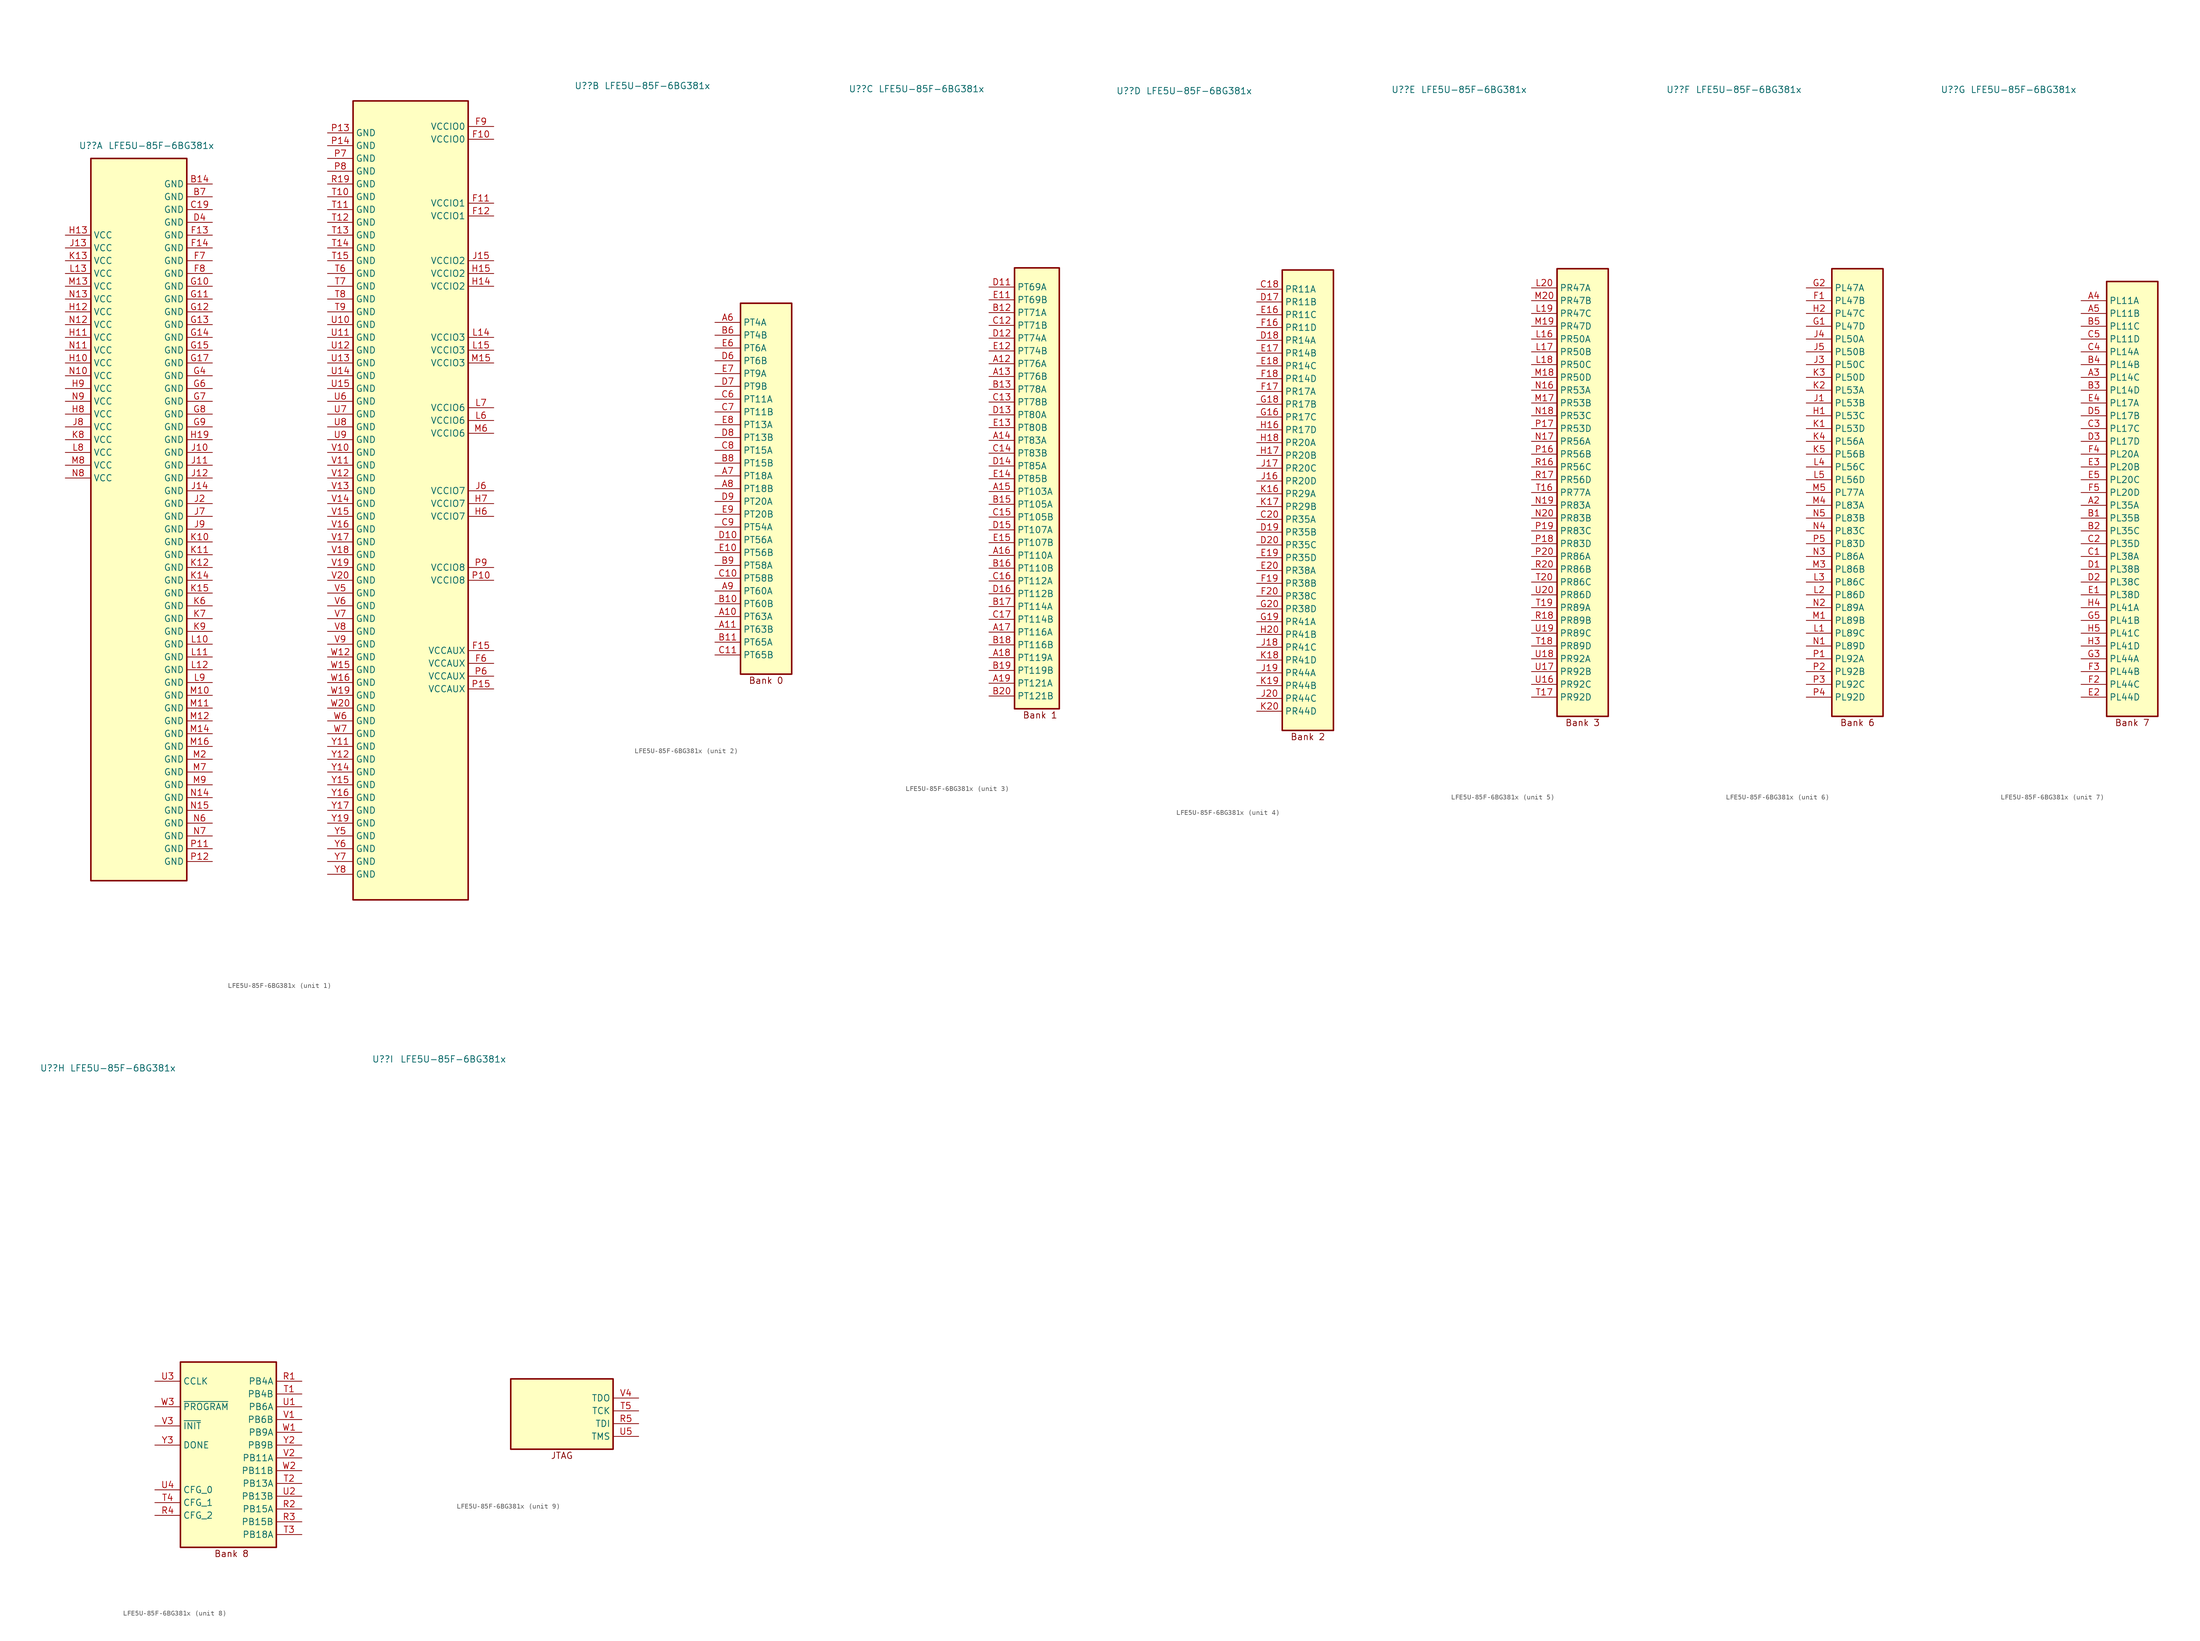
<source format=kicad_sym>
(kicad_symbol_lib
  (version 20231120)
  (generator "kicad_symbol_editor")
  (generator_version "8.0")
  (symbol "LFE5U-85F-6BG381x"
    (property "Reference" "U?"
      (at -35.56 77.47 0)
      (effects (font (size 1.27 1.27))))
    (property "Value" "LFE5U-85F-6BG381x"
      (at -21.59 77.47 0)
      (effects (font (size 1.27 1.27))))
    (property "ki_locked" ""
      (at 0 0 0)
      (effects (font (size 1.27 1.27))))
    (symbol "LFE5U-85F-6BG381x_1_1"
      (rectangle (start -35.56 74.93) (end -16.51 -68.58) (stroke (width 0.305) (type default)) (fill (type background)))
      (rectangle (start 16.51 86.36) (end 39.37 -72.39) (stroke (width 0.305) (type default)) (fill (type background)))
      (pin power_in line (at -11.43 69.85 180) (length 5.08) (name "GND" (effects (font (size 1.27 1.27)))) (number "B14" (effects (font (size 1.27 1.27)))))
      (pin power_in line (at -11.43 67.31 180) (length 5.08) (name "GND" (effects (font (size 1.27 1.27)))) (number "B7" (effects (font (size 1.27 1.27)))))
      (pin power_in line (at -11.43 64.77 180) (length 5.08) (name "GND" (effects (font (size 1.27 1.27)))) (number "C19" (effects (font (size 1.27 1.27)))))
      (pin power_in line (at -11.43 62.23 180) (length 5.08) (name "GND" (effects (font (size 1.27 1.27)))) (number "D4" (effects (font (size 1.27 1.27)))))
      (pin power_in line (at 44.45 78.74 180) (length 5.08) (name "VCCIO0" (effects (font (size 1.27 1.27)))) (number "F10" (effects (font (size 1.27 1.27)))))
      (pin power_in line (at 44.45 66.04 180) (length 5.08) (name "VCCIO1" (effects (font (size 1.27 1.27)))) (number "F11" (effects (font (size 1.27 1.27)))))
      (pin power_in line (at 44.45 63.5 180) (length 5.08) (name "VCCIO1" (effects (font (size 1.27 1.27)))) (number "F12" (effects (font (size 1.27 1.27)))))
      (pin power_in line (at -11.43 59.69 180) (length 5.08) (name "GND" (effects (font (size 1.27 1.27)))) (number "F13" (effects (font (size 1.27 1.27)))))
      (pin power_in line (at -11.43 57.15 180) (length 5.08) (name "GND" (effects (font (size 1.27 1.27)))) (number "F14" (effects (font (size 1.27 1.27)))))
      (pin power_in line (at 44.45 -22.86 180) (length 5.08) (name "VCCAUX" (effects (font (size 1.27 1.27)))) (number "F15" (effects (font (size 1.27 1.27)))))
      (pin power_in line (at 44.45 -25.4 180) (length 5.08) (name "VCCAUX" (effects (font (size 1.27 1.27)))) (number "F6" (effects (font (size 1.27 1.27)))))
      (pin power_in line (at -11.43 54.61 180) (length 5.08) (name "GND" (effects (font (size 1.27 1.27)))) (number "F7" (effects (font (size 1.27 1.27)))))
      (pin power_in line (at -11.43 52.07 180) (length 5.08) (name "GND" (effects (font (size 1.27 1.27)))) (number "F8" (effects (font (size 1.27 1.27)))))
      (pin power_in line (at 44.45 81.28 180) (length 5.08) (name "VCCIO0" (effects (font (size 1.27 1.27)))) (number "F9" (effects (font (size 1.27 1.27)))))
      (pin power_in line (at -11.43 49.53 180) (length 5.08) (name "GND" (effects (font (size 1.27 1.27)))) (number "G10" (effects (font (size 1.27 1.27)))))
      (pin power_in line (at -11.43 46.99 180) (length 5.08) (name "GND" (effects (font (size 1.27 1.27)))) (number "G11" (effects (font (size 1.27 1.27)))))
      (pin power_in line (at -11.43 44.45 180) (length 5.08) (name "GND" (effects (font (size 1.27 1.27)))) (number "G12" (effects (font (size 1.27 1.27)))))
      (pin power_in line (at -11.43 41.91 180) (length 5.08) (name "GND" (effects (font (size 1.27 1.27)))) (number "G13" (effects (font (size 1.27 1.27)))))
      (pin power_in line (at -11.43 39.37 180) (length 5.08) (name "GND" (effects (font (size 1.27 1.27)))) (number "G14" (effects (font (size 1.27 1.27)))))
      (pin power_in line (at -11.43 36.83 180) (length 5.08) (name "GND" (effects (font (size 1.27 1.27)))) (number "G15" (effects (font (size 1.27 1.27)))))
      (pin power_in line (at -11.43 34.29 180) (length 5.08) (name "GND" (effects (font (size 1.27 1.27)))) (number "G17" (effects (font (size 1.27 1.27)))))
      (pin power_in line (at -11.43 31.75 180) (length 5.08) (name "GND" (effects (font (size 1.27 1.27)))) (number "G4" (effects (font (size 1.27 1.27)))))
      (pin power_in line (at -11.43 29.21 180) (length 5.08) (name "GND" (effects (font (size 1.27 1.27)))) (number "G6" (effects (font (size 1.27 1.27)))))
      (pin power_in line (at -11.43 26.67 180) (length 5.08) (name "GND" (effects (font (size 1.27 1.27)))) (number "G7" (effects (font (size 1.27 1.27)))))
      (pin power_in line (at -11.43 24.13 180) (length 5.08) (name "GND" (effects (font (size 1.27 1.27)))) (number "G8" (effects (font (size 1.27 1.27)))))
      (pin power_in line (at -11.43 21.59 180) (length 5.08) (name "GND" (effects (font (size 1.27 1.27)))) (number "G9" (effects (font (size 1.27 1.27)))))
      (pin power_in line (at -40.64 34.29 0) (length 5.08) (name "VCC" (effects (font (size 1.27 1.27)))) (number "H10" (effects (font (size 1.27 1.27)))))
      (pin power_in line (at -40.64 39.37 0) (length 5.08) (name "VCC" (effects (font (size 1.27 1.27)))) (number "H11" (effects (font (size 1.27 1.27)))))
      (pin power_in line (at -40.64 44.45 0) (length 5.08) (name "VCC" (effects (font (size 1.27 1.27)))) (number "H12" (effects (font (size 1.27 1.27)))))
      (pin power_in line (at -40.64 59.69 0) (length 5.08) (name "VCC" (effects (font (size 1.27 1.27)))) (number "H13" (effects (font (size 1.27 1.27)))))
      (pin power_in line (at 44.45 49.53 180) (length 5.08) (name "VCCIO2" (effects (font (size 1.27 1.27)))) (number "H14" (effects (font (size 1.27 1.27)))))
      (pin power_in line (at 44.45 52.07 180) (length 5.08) (name "VCCIO2" (effects (font (size 1.27 1.27)))) (number "H15" (effects (font (size 1.27 1.27)))))
      (pin power_in line (at -11.43 19.05 180) (length 5.08) (name "GND" (effects (font (size 1.27 1.27)))) (number "H19" (effects (font (size 1.27 1.27)))))
      (pin power_in line (at 44.45 3.81 180) (length 5.08) (name "VCCIO7" (effects (font (size 1.27 1.27)))) (number "H6" (effects (font (size 1.27 1.27)))))
      (pin power_in line (at 44.45 6.35 180) (length 5.08) (name "VCCIO7" (effects (font (size 1.27 1.27)))) (number "H7" (effects (font (size 1.27 1.27)))))
      (pin power_in line (at -40.64 24.13 0) (length 5.08) (name "VCC" (effects (font (size 1.27 1.27)))) (number "H8" (effects (font (size 1.27 1.27)))))
      (pin power_in line (at -40.64 29.21 0) (length 5.08) (name "VCC" (effects (font (size 1.27 1.27)))) (number "H9" (effects (font (size 1.27 1.27)))))
      (pin power_in line (at -11.43 16.51 180) (length 5.08) (name "GND" (effects (font (size 1.27 1.27)))) (number "J10" (effects (font (size 1.27 1.27)))))
      (pin power_in line (at -11.43 13.97 180) (length 5.08) (name "GND" (effects (font (size 1.27 1.27)))) (number "J11" (effects (font (size 1.27 1.27)))))
      (pin power_in line (at -11.43 11.43 180) (length 5.08) (name "GND" (effects (font (size 1.27 1.27)))) (number "J12" (effects (font (size 1.27 1.27)))))
      (pin power_in line (at -40.64 57.15 0) (length 5.08) (name "VCC" (effects (font (size 1.27 1.27)))) (number "J13" (effects (font (size 1.27 1.27)))))
      (pin power_in line (at -11.43 8.89 180) (length 5.08) (name "GND" (effects (font (size 1.27 1.27)))) (number "J14" (effects (font (size 1.27 1.27)))))
      (pin power_in line (at 44.45 54.61 180) (length 5.08) (name "VCCIO2" (effects (font (size 1.27 1.27)))) (number "J15" (effects (font (size 1.27 1.27)))))
      (pin power_in line (at -11.43 6.35 180) (length 5.08) (name "GND" (effects (font (size 1.27 1.27)))) (number "J2" (effects (font (size 1.27 1.27)))))
      (pin power_in line (at 44.45 8.89 180) (length 5.08) (name "VCCIO7" (effects (font (size 1.27 1.27)))) (number "J6" (effects (font (size 1.27 1.27)))))
      (pin power_in line (at -11.43 3.81 180) (length 5.08) (name "GND" (effects (font (size 1.27 1.27)))) (number "J7" (effects (font (size 1.27 1.27)))))
      (pin power_in line (at -40.64 21.59 0) (length 5.08) (name "VCC" (effects (font (size 1.27 1.27)))) (number "J8" (effects (font (size 1.27 1.27)))))
      (pin power_in line (at -11.43 1.27 180) (length 5.08) (name "GND" (effects (font (size 1.27 1.27)))) (number "J9" (effects (font (size 1.27 1.27)))))
      (pin power_in line (at -11.43 -1.27 180) (length 5.08) (name "GND" (effects (font (size 1.27 1.27)))) (number "K10" (effects (font (size 1.27 1.27)))))
      (pin power_in line (at -11.43 -3.81 180) (length 5.08) (name "GND" (effects (font (size 1.27 1.27)))) (number "K11" (effects (font (size 1.27 1.27)))))
      (pin power_in line (at -11.43 -6.35 180) (length 5.08) (name "GND" (effects (font (size 1.27 1.27)))) (number "K12" (effects (font (size 1.27 1.27)))))
      (pin power_in line (at -40.64 54.61 0) (length 5.08) (name "VCC" (effects (font (size 1.27 1.27)))) (number "K13" (effects (font (size 1.27 1.27)))))
      (pin power_in line (at -11.43 -8.89 180) (length 5.08) (name "GND" (effects (font (size 1.27 1.27)))) (number "K14" (effects (font (size 1.27 1.27)))))
      (pin power_in line (at -11.43 -11.43 180) (length 5.08) (name "GND" (effects (font (size 1.27 1.27)))) (number "K15" (effects (font (size 1.27 1.27)))))
      (pin power_in line (at -11.43 -13.97 180) (length 5.08) (name "GND" (effects (font (size 1.27 1.27)))) (number "K6" (effects (font (size 1.27 1.27)))))
      (pin power_in line (at -11.43 -16.51 180) (length 5.08) (name "GND" (effects (font (size 1.27 1.27)))) (number "K7" (effects (font (size 1.27 1.27)))))
      (pin power_in line (at -40.64 19.05 0) (length 5.08) (name "VCC" (effects (font (size 1.27 1.27)))) (number "K8" (effects (font (size 1.27 1.27)))))
      (pin power_in line (at -11.43 -19.05 180) (length 5.08) (name "GND" (effects (font (size 1.27 1.27)))) (number "K9" (effects (font (size 1.27 1.27)))))
      (pin power_in line (at -11.43 -21.59 180) (length 5.08) (name "GND" (effects (font (size 1.27 1.27)))) (number "L10" (effects (font (size 1.27 1.27)))))
      (pin power_in line (at -11.43 -24.13 180) (length 5.08) (name "GND" (effects (font (size 1.27 1.27)))) (number "L11" (effects (font (size 1.27 1.27)))))
      (pin power_in line (at -11.43 -26.67 180) (length 5.08) (name "GND" (effects (font (size 1.27 1.27)))) (number "L12" (effects (font (size 1.27 1.27)))))
      (pin power_in line (at -40.64 52.07 0) (length 5.08) (name "VCC" (effects (font (size 1.27 1.27)))) (number "L13" (effects (font (size 1.27 1.27)))))
      (pin power_in line (at 44.45 39.37 180) (length 5.08) (name "VCCIO3" (effects (font (size 1.27 1.27)))) (number "L14" (effects (font (size 1.27 1.27)))))
      (pin power_in line (at 44.45 36.83 180) (length 5.08) (name "VCCIO3" (effects (font (size 1.27 1.27)))) (number "L15" (effects (font (size 1.27 1.27)))))
      (pin power_in line (at 44.45 22.86 180) (length 5.08) (name "VCCIO6" (effects (font (size 1.27 1.27)))) (number "L6" (effects (font (size 1.27 1.27)))))
      (pin power_in line (at 44.45 25.4 180) (length 5.08) (name "VCCIO6" (effects (font (size 1.27 1.27)))) (number "L7" (effects (font (size 1.27 1.27)))))
      (pin power_in line (at -40.64 16.51 0) (length 5.08) (name "VCC" (effects (font (size 1.27 1.27)))) (number "L8" (effects (font (size 1.27 1.27)))))
      (pin power_in line (at -11.43 -29.21 180) (length 5.08) (name "GND" (effects (font (size 1.27 1.27)))) (number "L9" (effects (font (size 1.27 1.27)))))
      (pin power_in line (at -11.43 -31.75 180) (length 5.08) (name "GND" (effects (font (size 1.27 1.27)))) (number "M10" (effects (font (size 1.27 1.27)))))
      (pin power_in line (at -11.43 -34.29 180) (length 5.08) (name "GND" (effects (font (size 1.27 1.27)))) (number "M11" (effects (font (size 1.27 1.27)))))
      (pin power_in line (at -11.43 -36.83 180) (length 5.08) (name "GND" (effects (font (size 1.27 1.27)))) (number "M12" (effects (font (size 1.27 1.27)))))
      (pin power_in line (at -40.64 49.53 0) (length 5.08) (name "VCC" (effects (font (size 1.27 1.27)))) (number "M13" (effects (font (size 1.27 1.27)))))
      (pin power_in line (at -11.43 -39.37 180) (length 5.08) (name "GND" (effects (font (size 1.27 1.27)))) (number "M14" (effects (font (size 1.27 1.27)))))
      (pin power_in line (at 44.45 34.29 180) (length 5.08) (name "VCCIO3" (effects (font (size 1.27 1.27)))) (number "M15" (effects (font (size 1.27 1.27)))))
      (pin power_in line (at -11.43 -41.91 180) (length 5.08) (name "GND" (effects (font (size 1.27 1.27)))) (number "M16" (effects (font (size 1.27 1.27)))))
      (pin power_in line (at -11.43 -44.45 180) (length 5.08) (name "GND" (effects (font (size 1.27 1.27)))) (number "M2" (effects (font (size 1.27 1.27)))))
      (pin power_in line (at 44.45 20.32 180) (length 5.08) (name "VCCIO6" (effects (font (size 1.27 1.27)))) (number "M6" (effects (font (size 1.27 1.27)))))
      (pin power_in line (at -11.43 -46.99 180) (length 5.08) (name "GND" (effects (font (size 1.27 1.27)))) (number "M7" (effects (font (size 1.27 1.27)))))
      (pin power_in line (at -40.64 13.97 0) (length 5.08) (name "VCC" (effects (font (size 1.27 1.27)))) (number "M8" (effects (font (size 1.27 1.27)))))
      (pin power_in line (at -11.43 -49.53 180) (length 5.08) (name "GND" (effects (font (size 1.27 1.27)))) (number "M9" (effects (font (size 1.27 1.27)))))
      (pin power_in line (at -40.64 31.75 0) (length 5.08) (name "VCC" (effects (font (size 1.27 1.27)))) (number "N10" (effects (font (size 1.27 1.27)))))
      (pin power_in line (at -40.64 36.83 0) (length 5.08) (name "VCC" (effects (font (size 1.27 1.27)))) (number "N11" (effects (font (size 1.27 1.27)))))
      (pin power_in line (at -40.64 41.91 0) (length 5.08) (name "VCC" (effects (font (size 1.27 1.27)))) (number "N12" (effects (font (size 1.27 1.27)))))
      (pin power_in line (at -40.64 46.99 0) (length 5.08) (name "VCC" (effects (font (size 1.27 1.27)))) (number "N13" (effects (font (size 1.27 1.27)))))
      (pin power_in line (at -11.43 -52.07 180) (length 5.08) (name "GND" (effects (font (size 1.27 1.27)))) (number "N14" (effects (font (size 1.27 1.27)))))
      (pin power_in line (at -11.43 -54.61 180) (length 5.08) (name "GND" (effects (font (size 1.27 1.27)))) (number "N15" (effects (font (size 1.27 1.27)))))
      (pin power_in line (at -11.43 -57.15 180) (length 5.08) (name "GND" (effects (font (size 1.27 1.27)))) (number "N6" (effects (font (size 1.27 1.27)))))
      (pin power_in line (at -11.43 -59.69 180) (length 5.08) (name "GND" (effects (font (size 1.27 1.27)))) (number "N7" (effects (font (size 1.27 1.27)))))
      (pin power_in line (at -40.64 11.43 0) (length 5.08) (name "VCC" (effects (font (size 1.27 1.27)))) (number "N8" (effects (font (size 1.27 1.27)))))
      (pin power_in line (at -40.64 26.67 0) (length 5.08) (name "VCC" (effects (font (size 1.27 1.27)))) (number "N9" (effects (font (size 1.27 1.27)))))
      (pin power_in line (at 44.45 -8.89 180) (length 5.08) (name "VCCIO8" (effects (font (size 1.27 1.27)))) (number "P10" (effects (font (size 1.27 1.27)))))
      (pin power_in line (at -11.43 -62.23 180) (length 5.08) (name "GND" (effects (font (size 1.27 1.27)))) (number "P11" (effects (font (size 1.27 1.27)))))
      (pin power_in line (at -11.43 -64.77 180) (length 5.08) (name "GND" (effects (font (size 1.27 1.27)))) (number "P12" (effects (font (size 1.27 1.27)))))
      (pin power_in line (at 11.43 80.01 0) (length 5.08) (name "GND" (effects (font (size 1.27 1.27)))) (number "P13" (effects (font (size 1.27 1.27)))))
      (pin power_in line (at 11.43 77.47 0) (length 5.08) (name "GND" (effects (font (size 1.27 1.27)))) (number "P14" (effects (font (size 1.27 1.27)))))
      (pin power_in line (at 44.45 -30.48 180) (length 5.08) (name "VCCAUX" (effects (font (size 1.27 1.27)))) (number "P15" (effects (font (size 1.27 1.27)))))
      (pin power_in line (at 44.45 -27.94 180) (length 5.08) (name "VCCAUX" (effects (font (size 1.27 1.27)))) (number "P6" (effects (font (size 1.27 1.27)))))
      (pin power_in line (at 11.43 74.93 0) (length 5.08) (name "GND" (effects (font (size 1.27 1.27)))) (number "P7" (effects (font (size 1.27 1.27)))))
      (pin power_in line (at 11.43 72.39 0) (length 5.08) (name "GND" (effects (font (size 1.27 1.27)))) (number "P8" (effects (font (size 1.27 1.27)))))
      (pin power_in line (at 44.45 -6.35 180) (length 5.08) (name "VCCIO8" (effects (font (size 1.27 1.27)))) (number "P9" (effects (font (size 1.27 1.27)))))
      (pin power_in line (at 11.43 69.85 0) (length 5.08) (name "GND" (effects (font (size 1.27 1.27)))) (number "R19" (effects (font (size 1.27 1.27)))))
      (pin power_in line (at 11.43 67.31 0) (length 5.08) (name "GND" (effects (font (size 1.27 1.27)))) (number "T10" (effects (font (size 1.27 1.27)))))
      (pin power_in line (at 11.43 64.77 0) (length 5.08) (name "GND" (effects (font (size 1.27 1.27)))) (number "T11" (effects (font (size 1.27 1.27)))))
      (pin power_in line (at 11.43 62.23 0) (length 5.08) (name "GND" (effects (font (size 1.27 1.27)))) (number "T12" (effects (font (size 1.27 1.27)))))
      (pin power_in line (at 11.43 59.69 0) (length 5.08) (name "GND" (effects (font (size 1.27 1.27)))) (number "T13" (effects (font (size 1.27 1.27)))))
      (pin power_in line (at 11.43 57.15 0) (length 5.08) (name "GND" (effects (font (size 1.27 1.27)))) (number "T14" (effects (font (size 1.27 1.27)))))
      (pin power_in line (at 11.43 54.61 0) (length 5.08) (name "GND" (effects (font (size 1.27 1.27)))) (number "T15" (effects (font (size 1.27 1.27)))))
      (pin power_in line (at 11.43 52.07 0) (length 5.08) (name "GND" (effects (font (size 1.27 1.27)))) (number "T6" (effects (font (size 1.27 1.27)))))
      (pin power_in line (at 11.43 49.53 0) (length 5.08) (name "GND" (effects (font (size 1.27 1.27)))) (number "T7" (effects (font (size 1.27 1.27)))))
      (pin power_in line (at 11.43 46.99 0) (length 5.08) (name "GND" (effects (font (size 1.27 1.27)))) (number "T8" (effects (font (size 1.27 1.27)))))
      (pin power_in line (at 11.43 44.45 0) (length 5.08) (name "GND" (effects (font (size 1.27 1.27)))) (number "T9" (effects (font (size 1.27 1.27)))))
      (pin power_in line (at 11.43 41.91 0) (length 5.08) (name "GND" (effects (font (size 1.27 1.27)))) (number "U10" (effects (font (size 1.27 1.27)))))
      (pin power_in line (at 11.43 39.37 0) (length 5.08) (name "GND" (effects (font (size 1.27 1.27)))) (number "U11" (effects (font (size 1.27 1.27)))))
      (pin power_in line (at 11.43 36.83 0) (length 5.08) (name "GND" (effects (font (size 1.27 1.27)))) (number "U12" (effects (font (size 1.27 1.27)))))
      (pin power_in line (at 11.43 34.29 0) (length 5.08) (name "GND" (effects (font (size 1.27 1.27)))) (number "U13" (effects (font (size 1.27 1.27)))))
      (pin power_in line (at 11.43 31.75 0) (length 5.08) (name "GND" (effects (font (size 1.27 1.27)))) (number "U14" (effects (font (size 1.27 1.27)))))
      (pin power_in line (at 11.43 29.21 0) (length 5.08) (name "GND" (effects (font (size 1.27 1.27)))) (number "U15" (effects (font (size 1.27 1.27)))))
      (pin power_in line (at 11.43 26.67 0) (length 5.08) (name "GND" (effects (font (size 1.27 1.27)))) (number "U6" (effects (font (size 1.27 1.27)))))
      (pin power_in line (at 11.43 24.13 0) (length 5.08) (name "GND" (effects (font (size 1.27 1.27)))) (number "U7" (effects (font (size 1.27 1.27)))))
      (pin power_in line (at 11.43 21.59 0) (length 5.08) (name "GND" (effects (font (size 1.27 1.27)))) (number "U8" (effects (font (size 1.27 1.27)))))
      (pin power_in line (at 11.43 19.05 0) (length 5.08) (name "GND" (effects (font (size 1.27 1.27)))) (number "U9" (effects (font (size 1.27 1.27)))))
      (pin power_in line (at 11.43 16.51 0) (length 5.08) (name "GND" (effects (font (size 1.27 1.27)))) (number "V10" (effects (font (size 1.27 1.27)))))
      (pin power_in line (at 11.43 13.97 0) (length 5.08) (name "GND" (effects (font (size 1.27 1.27)))) (number "V11" (effects (font (size 1.27 1.27)))))
      (pin power_in line (at 11.43 11.43 0) (length 5.08) (name "GND" (effects (font (size 1.27 1.27)))) (number "V12" (effects (font (size 1.27 1.27)))))
      (pin power_in line (at 11.43 8.89 0) (length 5.08) (name "GND" (effects (font (size 1.27 1.27)))) (number "V13" (effects (font (size 1.27 1.27)))))
      (pin power_in line (at 11.43 6.35 0) (length 5.08) (name "GND" (effects (font (size 1.27 1.27)))) (number "V14" (effects (font (size 1.27 1.27)))))
      (pin power_in line (at 11.43 3.81 0) (length 5.08) (name "GND" (effects (font (size 1.27 1.27)))) (number "V15" (effects (font (size 1.27 1.27)))))
      (pin power_in line (at 11.43 1.27 0) (length 5.08) (name "GND" (effects (font (size 1.27 1.27)))) (number "V16" (effects (font (size 1.27 1.27)))))
      (pin power_in line (at 11.43 -1.27 0) (length 5.08) (name "GND" (effects (font (size 1.27 1.27)))) (number "V17" (effects (font (size 1.27 1.27)))))
      (pin power_in line (at 11.43 -3.81 0) (length 5.08) (name "GND" (effects (font (size 1.27 1.27)))) (number "V18" (effects (font (size 1.27 1.27)))))
      (pin power_in line (at 11.43 -6.35 0) (length 5.08) (name "GND" (effects (font (size 1.27 1.27)))) (number "V19" (effects (font (size 1.27 1.27)))))
      (pin power_in line (at 11.43 -8.89 0) (length 5.08) (name "GND" (effects (font (size 1.27 1.27)))) (number "V20" (effects (font (size 1.27 1.27)))))
      (pin power_in line (at 11.43 -11.43 0) (length 5.08) (name "GND" (effects (font (size 1.27 1.27)))) (number "V5" (effects (font (size 1.27 1.27)))))
      (pin power_in line (at 11.43 -13.97 0) (length 5.08) (name "GND" (effects (font (size 1.27 1.27)))) (number "V6" (effects (font (size 1.27 1.27)))))
      (pin power_in line (at 11.43 -16.51 0) (length 5.08) (name "GND" (effects (font (size 1.27 1.27)))) (number "V7" (effects (font (size 1.27 1.27)))))
      (pin power_in line (at 11.43 -19.05 0) (length 5.08) (name "GND" (effects (font (size 1.27 1.27)))) (number "V8" (effects (font (size 1.27 1.27)))))
      (pin power_in line (at 11.43 -21.59 0) (length 5.08) (name "GND" (effects (font (size 1.27 1.27)))) (number "V9" (effects (font (size 1.27 1.27)))))
      (pin power_in line (at 11.43 -24.13 0) (length 5.08) (name "GND" (effects (font (size 1.27 1.27)))) (number "W12" (effects (font (size 1.27 1.27)))))
      (pin power_in line (at 11.43 -26.67 0) (length 5.08) (name "GND" (effects (font (size 1.27 1.27)))) (number "W15" (effects (font (size 1.27 1.27)))))
      (pin power_in line (at 11.43 -29.21 0) (length 5.08) (name "GND" (effects (font (size 1.27 1.27)))) (number "W16" (effects (font (size 1.27 1.27)))))
      (pin power_in line (at 11.43 -31.75 0) (length 5.08) (name "GND" (effects (font (size 1.27 1.27)))) (number "W19" (effects (font (size 1.27 1.27)))))
      (pin power_in line (at 11.43 -34.29 0) (length 5.08) (name "GND" (effects (font (size 1.27 1.27)))) (number "W20" (effects (font (size 1.27 1.27)))))
      (pin power_in line (at 11.43 -36.83 0) (length 5.08) (name "GND" (effects (font (size 1.27 1.27)))) (number "W6" (effects (font (size 1.27 1.27)))))
      (pin power_in line (at 11.43 -39.37 0) (length 5.08) (name "GND" (effects (font (size 1.27 1.27)))) (number "W7" (effects (font (size 1.27 1.27)))))
      (pin power_in line (at 11.43 -41.91 0) (length 5.08) (name "GND" (effects (font (size 1.27 1.27)))) (number "Y11" (effects (font (size 1.27 1.27)))))
      (pin power_in line (at 11.43 -44.45 0) (length 5.08) (name "GND" (effects (font (size 1.27 1.27)))) (number "Y12" (effects (font (size 1.27 1.27)))))
      (pin power_in line (at 11.43 -46.99 0) (length 5.08) (name "GND" (effects (font (size 1.27 1.27)))) (number "Y14" (effects (font (size 1.27 1.27)))))
      (pin power_in line (at 11.43 -49.53 0) (length 5.08) (name "GND" (effects (font (size 1.27 1.27)))) (number "Y15" (effects (font (size 1.27 1.27)))))
      (pin power_in line (at 11.43 -52.07 0) (length 5.08) (name "GND" (effects (font (size 1.27 1.27)))) (number "Y16" (effects (font (size 1.27 1.27)))))
      (pin power_in line (at 11.43 -54.61 0) (length 5.08) (name "GND" (effects (font (size 1.27 1.27)))) (number "Y17" (effects (font (size 1.27 1.27)))))
      (pin power_in line (at 11.43 -57.15 0) (length 5.08) (name "GND" (effects (font (size 1.27 1.27)))) (number "Y19" (effects (font (size 1.27 1.27)))))
      (pin power_in line (at 11.43 -59.69 0) (length 5.08) (name "GND" (effects (font (size 1.27 1.27)))) (number "Y5" (effects (font (size 1.27 1.27)))))
      (pin power_in line (at 11.43 -62.23 0) (length 5.08) (name "GND" (effects (font (size 1.27 1.27)))) (number "Y6" (effects (font (size 1.27 1.27)))))
      (pin power_in line (at 11.43 -64.77 0) (length 5.08) (name "GND" (effects (font (size 1.27 1.27)))) (number "Y7" (effects (font (size 1.27 1.27)))))
      (pin power_in line (at 11.43 -67.31 0) (length 5.08) (name "GND" (effects (font (size 1.27 1.27)))) (number "Y8" (effects (font (size 1.27 1.27))))))
    (symbol "LFE5U-85F-6BG381x_2_1"
      (rectangle (start -5.08 34.29) (end 5.08 -39.37) (stroke (width 0.305) (type default)) (fill (type background)))
      (text "Bank 0" (at 0 -40.64 0) (effects (font (size 1.27 1.27))))
      (pin bidirectional line (at -10.16 -27.94 0) (length 5.08) (name "PT63A" (effects (font (size 1.27 1.27)))) (number "A10" (effects (font (size 1.27 1.27)))))
      (pin bidirectional line (at -10.16 -30.48 0) (length 5.08) (name "PT63B" (effects (font (size 1.27 1.27)))) (number "A11" (effects (font (size 1.27 1.27)))))
      (pin bidirectional line (at -10.16 30.48 0) (length 5.08) (name "PT4A" (effects (font (size 1.27 1.27)))) (number "A6" (effects (font (size 1.27 1.27)))))
      (pin bidirectional line (at -10.16 0 0) (length 5.08) (name "PT18A" (effects (font (size 1.27 1.27)))) (number "A7" (effects (font (size 1.27 1.27)))))
      (pin bidirectional line (at -10.16 -2.54 0) (length 5.08) (name "PT18B" (effects (font (size 1.27 1.27)))) (number "A8" (effects (font (size 1.27 1.27)))))
      (pin bidirectional line (at -10.16 -22.86 0) (length 5.08) (name "PT60A" (effects (font (size 1.27 1.27)))) (number "A9" (effects (font (size 1.27 1.27)))))
      (pin bidirectional line (at -10.16 -25.4 0) (length 5.08) (name "PT60B" (effects (font (size 1.27 1.27)))) (number "B10" (effects (font (size 1.27 1.27)))))
      (pin bidirectional line (at -10.16 -33.02 0) (length 5.08) (name "PT65A" (effects (font (size 1.27 1.27)))) (number "B11" (effects (font (size 1.27 1.27)))))
      (pin bidirectional line (at -10.16 27.94 0) (length 5.08) (name "PT4B" (effects (font (size 1.27 1.27)))) (number "B6" (effects (font (size 1.27 1.27)))))
      (pin bidirectional line (at -10.16 2.54 0) (length 5.08) (name "PT15B" (effects (font (size 1.27 1.27)))) (number "B8" (effects (font (size 1.27 1.27)))))
      (pin bidirectional line (at -10.16 -17.78 0) (length 5.08) (name "PT58A" (effects (font (size 1.27 1.27)))) (number "B9" (effects (font (size 1.27 1.27)))))
      (pin bidirectional line (at -10.16 -20.32 0) (length 5.08) (name "PT58B" (effects (font (size 1.27 1.27)))) (number "C10" (effects (font (size 1.27 1.27)))))
      (pin bidirectional line (at -10.16 -35.56 0) (length 5.08) (name "PT65B" (effects (font (size 1.27 1.27)))) (number "C11" (effects (font (size 1.27 1.27)))))
      (pin bidirectional line (at -10.16 15.24 0) (length 5.08) (name "PT11A" (effects (font (size 1.27 1.27)))) (number "C6" (effects (font (size 1.27 1.27)))))
      (pin bidirectional line (at -10.16 12.7 0) (length 5.08) (name "PT11B" (effects (font (size 1.27 1.27)))) (number "C7" (effects (font (size 1.27 1.27)))))
      (pin bidirectional line (at -10.16 5.08 0) (length 5.08) (name "PT15A" (effects (font (size 1.27 1.27)))) (number "C8" (effects (font (size 1.27 1.27)))))
      (pin bidirectional line (at -10.16 -10.16 0) (length 5.08) (name "PT54A" (effects (font (size 1.27 1.27)))) (number "C9" (effects (font (size 1.27 1.27)))))
      (pin bidirectional line (at -10.16 -12.7 0) (length 5.08) (name "PT56A" (effects (font (size 1.27 1.27)))) (number "D10" (effects (font (size 1.27 1.27)))))
      (pin bidirectional line (at -10.16 22.86 0) (length 5.08) (name "PT6B" (effects (font (size 1.27 1.27)))) (number "D6" (effects (font (size 1.27 1.27)))))
      (pin bidirectional line (at -10.16 17.78 0) (length 5.08) (name "PT9B" (effects (font (size 1.27 1.27)))) (number "D7" (effects (font (size 1.27 1.27)))))
      (pin bidirectional line (at -10.16 7.62 0) (length 5.08) (name "PT13B" (effects (font (size 1.27 1.27)))) (number "D8" (effects (font (size 1.27 1.27)))))
      (pin bidirectional line (at -10.16 -5.08 0) (length 5.08) (name "PT20A" (effects (font (size 1.27 1.27)))) (number "D9" (effects (font (size 1.27 1.27)))))
      (pin bidirectional line (at -10.16 -15.24 0) (length 5.08) (name "PT56B" (effects (font (size 1.27 1.27)))) (number "E10" (effects (font (size 1.27 1.27)))))
      (pin bidirectional line (at -10.16 25.4 0) (length 5.08) (name "PT6A" (effects (font (size 1.27 1.27)))) (number "E6" (effects (font (size 1.27 1.27)))))
      (pin bidirectional line (at -10.16 20.32 0) (length 5.08) (name "PT9A" (effects (font (size 1.27 1.27)))) (number "E7" (effects (font (size 1.27 1.27)))))
      (pin bidirectional line (at -10.16 10.16 0) (length 5.08) (name "PT13A" (effects (font (size 1.27 1.27)))) (number "E8" (effects (font (size 1.27 1.27)))))
      (pin bidirectional line (at -10.16 -7.62 0) (length 5.08) (name "PT20B" (effects (font (size 1.27 1.27)))) (number "E9" (effects (font (size 1.27 1.27))))))
    (symbol "LFE5U-85F-6BG381x_3_1"
      (rectangle (start -5.08 41.91) (end 3.81 -45.72) (stroke (width 0.305) (type default)) (fill (type background)))
      (text "Bank 1" (at 0 -46.99 0) (effects (font (size 1.27 1.27))))
      (pin bidirectional line (at -10.16 22.86 0) (length 5.08) (name "PT76A" (effects (font (size 1.27 1.27)))) (number "A12" (effects (font (size 1.27 1.27)))))
      (pin bidirectional line (at -10.16 20.32 0) (length 5.08) (name "PT76B" (effects (font (size 1.27 1.27)))) (number "A13" (effects (font (size 1.27 1.27)))))
      (pin bidirectional line (at -10.16 7.62 0) (length 5.08) (name "PT83A" (effects (font (size 1.27 1.27)))) (number "A14" (effects (font (size 1.27 1.27)))))
      (pin bidirectional line (at -10.16 -2.54 0) (length 5.08) (name "PT103A" (effects (font (size 1.27 1.27)))) (number "A15" (effects (font (size 1.27 1.27)))))
      (pin bidirectional line (at -10.16 -15.24 0) (length 5.08) (name "PT110A" (effects (font (size 1.27 1.27)))) (number "A16" (effects (font (size 1.27 1.27)))))
      (pin bidirectional line (at -10.16 -30.48 0) (length 5.08) (name "PT116A" (effects (font (size 1.27 1.27)))) (number "A17" (effects (font (size 1.27 1.27)))))
      (pin bidirectional line (at -10.16 -35.56 0) (length 5.08) (name "PT119A" (effects (font (size 1.27 1.27)))) (number "A18" (effects (font (size 1.27 1.27)))))
      (pin bidirectional line (at -10.16 -40.64 0) (length 5.08) (name "PT121A" (effects (font (size 1.27 1.27)))) (number "A19" (effects (font (size 1.27 1.27)))))
      (pin bidirectional line (at -10.16 33.02 0) (length 5.08) (name "PT71A" (effects (font (size 1.27 1.27)))) (number "B12" (effects (font (size 1.27 1.27)))))
      (pin bidirectional line (at -10.16 17.78 0) (length 5.08) (name "PT78A" (effects (font (size 1.27 1.27)))) (number "B13" (effects (font (size 1.27 1.27)))))
      (pin bidirectional line (at -10.16 -5.08 0) (length 5.08) (name "PT105A" (effects (font (size 1.27 1.27)))) (number "B15" (effects (font (size 1.27 1.27)))))
      (pin bidirectional line (at -10.16 -17.78 0) (length 5.08) (name "PT110B" (effects (font (size 1.27 1.27)))) (number "B16" (effects (font (size 1.27 1.27)))))
      (pin bidirectional line (at -10.16 -25.4 0) (length 5.08) (name "PT114A" (effects (font (size 1.27 1.27)))) (number "B17" (effects (font (size 1.27 1.27)))))
      (pin bidirectional line (at -10.16 -33.02 0) (length 5.08) (name "PT116B" (effects (font (size 1.27 1.27)))) (number "B18" (effects (font (size 1.27 1.27)))))
      (pin bidirectional line (at -10.16 -38.1 0) (length 5.08) (name "PT119B" (effects (font (size 1.27 1.27)))) (number "B19" (effects (font (size 1.27 1.27)))))
      (pin bidirectional line (at -10.16 -43.18 0) (length 5.08) (name "PT121B" (effects (font (size 1.27 1.27)))) (number "B20" (effects (font (size 1.27 1.27)))))
      (pin bidirectional line (at -10.16 30.48 0) (length 5.08) (name "PT71B" (effects (font (size 1.27 1.27)))) (number "C12" (effects (font (size 1.27 1.27)))))
      (pin bidirectional line (at -10.16 15.24 0) (length 5.08) (name "PT78B" (effects (font (size 1.27 1.27)))) (number "C13" (effects (font (size 1.27 1.27)))))
      (pin bidirectional line (at -10.16 5.08 0) (length 5.08) (name "PT83B" (effects (font (size 1.27 1.27)))) (number "C14" (effects (font (size 1.27 1.27)))))
      (pin bidirectional line (at -10.16 -7.62 0) (length 5.08) (name "PT105B" (effects (font (size 1.27 1.27)))) (number "C15" (effects (font (size 1.27 1.27)))))
      (pin bidirectional line (at -10.16 -20.32 0) (length 5.08) (name "PT112A" (effects (font (size 1.27 1.27)))) (number "C16" (effects (font (size 1.27 1.27)))))
      (pin bidirectional line (at -10.16 -27.94 0) (length 5.08) (name "PT114B" (effects (font (size 1.27 1.27)))) (number "C17" (effects (font (size 1.27 1.27)))))
      (pin bidirectional line (at -10.16 38.1 0) (length 5.08) (name "PT69A" (effects (font (size 1.27 1.27)))) (number "D11" (effects (font (size 1.27 1.27)))))
      (pin bidirectional line (at -10.16 27.94 0) (length 5.08) (name "PT74A" (effects (font (size 1.27 1.27)))) (number "D12" (effects (font (size 1.27 1.27)))))
      (pin bidirectional line (at -10.16 12.7 0) (length 5.08) (name "PT80A" (effects (font (size 1.27 1.27)))) (number "D13" (effects (font (size 1.27 1.27)))))
      (pin bidirectional line (at -10.16 2.54 0) (length 5.08) (name "PT85A" (effects (font (size 1.27 1.27)))) (number "D14" (effects (font (size 1.27 1.27)))))
      (pin bidirectional line (at -10.16 -10.16 0) (length 5.08) (name "PT107A" (effects (font (size 1.27 1.27)))) (number "D15" (effects (font (size 1.27 1.27)))))
      (pin bidirectional line (at -10.16 -22.86 0) (length 5.08) (name "PT112B" (effects (font (size 1.27 1.27)))) (number "D16" (effects (font (size 1.27 1.27)))))
      (pin bidirectional line (at -10.16 35.56 0) (length 5.08) (name "PT69B" (effects (font (size 1.27 1.27)))) (number "E11" (effects (font (size 1.27 1.27)))))
      (pin bidirectional line (at -10.16 25.4 0) (length 5.08) (name "PT74B" (effects (font (size 1.27 1.27)))) (number "E12" (effects (font (size 1.27 1.27)))))
      (pin bidirectional line (at -10.16 10.16 0) (length 5.08) (name "PT80B" (effects (font (size 1.27 1.27)))) (number "E13" (effects (font (size 1.27 1.27)))))
      (pin bidirectional line (at -10.16 0 0) (length 5.08) (name "PT85B" (effects (font (size 1.27 1.27)))) (number "E14" (effects (font (size 1.27 1.27)))))
      (pin bidirectional line (at -10.16 -12.7 0) (length 5.08) (name "PT107B" (effects (font (size 1.27 1.27)))) (number "E15" (effects (font (size 1.27 1.27))))))
    (symbol "LFE5U-85F-6BG381x_4_1"
      (rectangle (start -5.08 41.91) (end 5.08 -49.53) (stroke (width 0.305) (type default)) (fill (type background)))
      (text "Bank 2" (at 0 -50.8 0) (effects (font (size 1.27 1.27))))
      (pin bidirectional line (at -10.16 38.1 0) (length 5.08) (name "PR11A" (effects (font (size 1.27 1.27)))) (number "C18" (effects (font (size 1.27 1.27)))))
      (pin bidirectional line (at -10.16 -7.62 0) (length 5.08) (name "PR35A" (effects (font (size 1.27 1.27)))) (number "C20" (effects (font (size 1.27 1.27)))))
      (pin bidirectional line (at -10.16 35.56 0) (length 5.08) (name "PR11B" (effects (font (size 1.27 1.27)))) (number "D17" (effects (font (size 1.27 1.27)))))
      (pin bidirectional line (at -10.16 27.94 0) (length 5.08) (name "PR14A" (effects (font (size 1.27 1.27)))) (number "D18" (effects (font (size 1.27 1.27)))))
      (pin bidirectional line (at -10.16 -10.16 0) (length 5.08) (name "PR35B" (effects (font (size 1.27 1.27)))) (number "D19" (effects (font (size 1.27 1.27)))))
      (pin bidirectional line (at -10.16 -12.7 0) (length 5.08) (name "PR35C" (effects (font (size 1.27 1.27)))) (number "D20" (effects (font (size 1.27 1.27)))))
      (pin bidirectional line (at -10.16 33.02 0) (length 5.08) (name "PR11C" (effects (font (size 1.27 1.27)))) (number "E16" (effects (font (size 1.27 1.27)))))
      (pin bidirectional line (at -10.16 25.4 0) (length 5.08) (name "PR14B" (effects (font (size 1.27 1.27)))) (number "E17" (effects (font (size 1.27 1.27)))))
      (pin bidirectional line (at -10.16 22.86 0) (length 5.08) (name "PR14C" (effects (font (size 1.27 1.27)))) (number "E18" (effects (font (size 1.27 1.27)))))
      (pin bidirectional line (at -10.16 -15.24 0) (length 5.08) (name "PR35D" (effects (font (size 1.27 1.27)))) (number "E19" (effects (font (size 1.27 1.27)))))
      (pin bidirectional line (at -10.16 -17.78 0) (length 5.08) (name "PR38A" (effects (font (size 1.27 1.27)))) (number "E20" (effects (font (size 1.27 1.27)))))
      (pin bidirectional line (at -10.16 30.48 0) (length 5.08) (name "PR11D" (effects (font (size 1.27 1.27)))) (number "F16" (effects (font (size 1.27 1.27)))))
      (pin bidirectional line (at -10.16 17.78 0) (length 5.08) (name "PR17A" (effects (font (size 1.27 1.27)))) (number "F17" (effects (font (size 1.27 1.27)))))
      (pin bidirectional line (at -10.16 20.32 0) (length 5.08) (name "PR14D" (effects (font (size 1.27 1.27)))) (number "F18" (effects (font (size 1.27 1.27)))))
      (pin bidirectional line (at -10.16 -20.32 0) (length 5.08) (name "PR38B" (effects (font (size 1.27 1.27)))) (number "F19" (effects (font (size 1.27 1.27)))))
      (pin bidirectional line (at -10.16 -22.86 0) (length 5.08) (name "PR38C" (effects (font (size 1.27 1.27)))) (number "F20" (effects (font (size 1.27 1.27)))))
      (pin bidirectional line (at -10.16 12.7 0) (length 5.08) (name "PR17C" (effects (font (size 1.27 1.27)))) (number "G16" (effects (font (size 1.27 1.27)))))
      (pin bidirectional line (at -10.16 15.24 0) (length 5.08) (name "PR17B" (effects (font (size 1.27 1.27)))) (number "G18" (effects (font (size 1.27 1.27)))))
      (pin bidirectional line (at -10.16 -27.94 0) (length 5.08) (name "PR41A" (effects (font (size 1.27 1.27)))) (number "G19" (effects (font (size 1.27 1.27)))))
      (pin bidirectional line (at -10.16 -25.4 0) (length 5.08) (name "PR38D" (effects (font (size 1.27 1.27)))) (number "G20" (effects (font (size 1.27 1.27)))))
      (pin bidirectional line (at -10.16 10.16 0) (length 5.08) (name "PR17D" (effects (font (size 1.27 1.27)))) (number "H16" (effects (font (size 1.27 1.27)))))
      (pin bidirectional line (at -10.16 5.08 0) (length 5.08) (name "PR20B" (effects (font (size 1.27 1.27)))) (number "H17" (effects (font (size 1.27 1.27)))))
      (pin bidirectional line (at -10.16 7.62 0) (length 5.08) (name "PR20A" (effects (font (size 1.27 1.27)))) (number "H18" (effects (font (size 1.27 1.27)))))
      (pin bidirectional line (at -10.16 -30.48 0) (length 5.08) (name "PR41B" (effects (font (size 1.27 1.27)))) (number "H20" (effects (font (size 1.27 1.27)))))
      (pin bidirectional line (at -10.16 0 0) (length 5.08) (name "PR20D" (effects (font (size 1.27 1.27)))) (number "J16" (effects (font (size 1.27 1.27)))))
      (pin bidirectional line (at -10.16 2.54 0) (length 5.08) (name "PR20C" (effects (font (size 1.27 1.27)))) (number "J17" (effects (font (size 1.27 1.27)))))
      (pin bidirectional line (at -10.16 -33.02 0) (length 5.08) (name "PR41C" (effects (font (size 1.27 1.27)))) (number "J18" (effects (font (size 1.27 1.27)))))
      (pin bidirectional line (at -10.16 -38.1 0) (length 5.08) (name "PR44A" (effects (font (size 1.27 1.27)))) (number "J19" (effects (font (size 1.27 1.27)))))
      (pin bidirectional line (at -10.16 -43.18 0) (length 5.08) (name "PR44C" (effects (font (size 1.27 1.27)))) (number "J20" (effects (font (size 1.27 1.27)))))
      (pin bidirectional line (at -10.16 -2.54 0) (length 5.08) (name "PR29A" (effects (font (size 1.27 1.27)))) (number "K16" (effects (font (size 1.27 1.27)))))
      (pin bidirectional line (at -10.16 -5.08 0) (length 5.08) (name "PR29B" (effects (font (size 1.27 1.27)))) (number "K17" (effects (font (size 1.27 1.27)))))
      (pin bidirectional line (at -10.16 -35.56 0) (length 5.08) (name "PR41D" (effects (font (size 1.27 1.27)))) (number "K18" (effects (font (size 1.27 1.27)))))
      (pin bidirectional line (at -10.16 -40.64 0) (length 5.08) (name "PR44B" (effects (font (size 1.27 1.27)))) (number "K19" (effects (font (size 1.27 1.27)))))
      (pin bidirectional line (at -10.16 -45.72 0) (length 5.08) (name "PR44D" (effects (font (size 1.27 1.27)))) (number "K20" (effects (font (size 1.27 1.27))))))
    (symbol "LFE5U-85F-6BG381x_5_1"
      (rectangle (start -5.08 41.91) (end 5.08 -46.99) (stroke (width 0.305) (type default)) (fill (type background)))
      (text "Bank 3" (at 0 -48.26 0) (effects (font (size 1.27 1.27))))
      (pin bidirectional line (at -10.16 27.94 0) (length 5.08) (name "PR50A" (effects (font (size 1.27 1.27)))) (number "L16" (effects (font (size 1.27 1.27)))))
      (pin bidirectional line (at -10.16 25.4 0) (length 5.08) (name "PR50B" (effects (font (size 1.27 1.27)))) (number "L17" (effects (font (size 1.27 1.27)))))
      (pin bidirectional line (at -10.16 22.86 0) (length 5.08) (name "PR50C" (effects (font (size 1.27 1.27)))) (number "L18" (effects (font (size 1.27 1.27)))))
      (pin bidirectional line (at -10.16 33.02 0) (length 5.08) (name "PR47C" (effects (font (size 1.27 1.27)))) (number "L19" (effects (font (size 1.27 1.27)))))
      (pin bidirectional line (at -10.16 38.1 0) (length 5.08) (name "PR47A" (effects (font (size 1.27 1.27)))) (number "L20" (effects (font (size 1.27 1.27)))))
      (pin bidirectional line (at -10.16 15.24 0) (length 5.08) (name "PR53B" (effects (font (size 1.27 1.27)))) (number "M17" (effects (font (size 1.27 1.27)))))
      (pin bidirectional line (at -10.16 20.32 0) (length 5.08) (name "PR50D" (effects (font (size 1.27 1.27)))) (number "M18" (effects (font (size 1.27 1.27)))))
      (pin bidirectional line (at -10.16 30.48 0) (length 5.08) (name "PR47D" (effects (font (size 1.27 1.27)))) (number "M19" (effects (font (size 1.27 1.27)))))
      (pin bidirectional line (at -10.16 35.56 0) (length 5.08) (name "PR47B" (effects (font (size 1.27 1.27)))) (number "M20" (effects (font (size 1.27 1.27)))))
      (pin bidirectional line (at -10.16 17.78 0) (length 5.08) (name "PR53A" (effects (font (size 1.27 1.27)))) (number "N16" (effects (font (size 1.27 1.27)))))
      (pin bidirectional line (at -10.16 7.62 0) (length 5.08) (name "PR56A" (effects (font (size 1.27 1.27)))) (number "N17" (effects (font (size 1.27 1.27)))))
      (pin bidirectional line (at -10.16 12.7 0) (length 5.08) (name "PR53C" (effects (font (size 1.27 1.27)))) (number "N18" (effects (font (size 1.27 1.27)))))
      (pin bidirectional line (at -10.16 -5.08 0) (length 5.08) (name "PR83A" (effects (font (size 1.27 1.27)))) (number "N19" (effects (font (size 1.27 1.27)))))
      (pin bidirectional line (at -10.16 -7.62 0) (length 5.08) (name "PR83B" (effects (font (size 1.27 1.27)))) (number "N20" (effects (font (size 1.27 1.27)))))
      (pin bidirectional line (at -10.16 5.08 0) (length 5.08) (name "PR56B" (effects (font (size 1.27 1.27)))) (number "P16" (effects (font (size 1.27 1.27)))))
      (pin bidirectional line (at -10.16 10.16 0) (length 5.08) (name "PR53D" (effects (font (size 1.27 1.27)))) (number "P17" (effects (font (size 1.27 1.27)))))
      (pin bidirectional line (at -10.16 -12.7 0) (length 5.08) (name "PR83D" (effects (font (size 1.27 1.27)))) (number "P18" (effects (font (size 1.27 1.27)))))
      (pin bidirectional line (at -10.16 -10.16 0) (length 5.08) (name "PR83C" (effects (font (size 1.27 1.27)))) (number "P19" (effects (font (size 1.27 1.27)))))
      (pin bidirectional line (at -10.16 -15.24 0) (length 5.08) (name "PR86A" (effects (font (size 1.27 1.27)))) (number "P20" (effects (font (size 1.27 1.27)))))
      (pin bidirectional line (at -10.16 2.54 0) (length 5.08) (name "PR56C" (effects (font (size 1.27 1.27)))) (number "R16" (effects (font (size 1.27 1.27)))))
      (pin bidirectional line (at -10.16 0 0) (length 5.08) (name "PR56D" (effects (font (size 1.27 1.27)))) (number "R17" (effects (font (size 1.27 1.27)))))
      (pin bidirectional line (at -10.16 -27.94 0) (length 5.08) (name "PR89B" (effects (font (size 1.27 1.27)))) (number "R18" (effects (font (size 1.27 1.27)))))
      (pin bidirectional line (at -10.16 -17.78 0) (length 5.08) (name "PR86B" (effects (font (size 1.27 1.27)))) (number "R20" (effects (font (size 1.27 1.27)))))
      (pin bidirectional line (at -10.16 -2.54 0) (length 5.08) (name "PR77A" (effects (font (size 1.27 1.27)))) (number "T16" (effects (font (size 1.27 1.27)))))
      (pin bidirectional line (at -10.16 -43.18 0) (length 5.08) (name "PR92D" (effects (font (size 1.27 1.27)))) (number "T17" (effects (font (size 1.27 1.27)))))
      (pin bidirectional line (at -10.16 -33.02 0) (length 5.08) (name "PR89D" (effects (font (size 1.27 1.27)))) (number "T18" (effects (font (size 1.27 1.27)))))
      (pin bidirectional line (at -10.16 -25.4 0) (length 5.08) (name "PR89A" (effects (font (size 1.27 1.27)))) (number "T19" (effects (font (size 1.27 1.27)))))
      (pin bidirectional line (at -10.16 -20.32 0) (length 5.08) (name "PR86C" (effects (font (size 1.27 1.27)))) (number "T20" (effects (font (size 1.27 1.27)))))
      (pin bidirectional line (at -10.16 -40.64 0) (length 5.08) (name "PR92C" (effects (font (size 1.27 1.27)))) (number "U16" (effects (font (size 1.27 1.27)))))
      (pin bidirectional line (at -10.16 -38.1 0) (length 5.08) (name "PR92B" (effects (font (size 1.27 1.27)))) (number "U17" (effects (font (size 1.27 1.27)))))
      (pin bidirectional line (at -10.16 -35.56 0) (length 5.08) (name "PR92A" (effects (font (size 1.27 1.27)))) (number "U18" (effects (font (size 1.27 1.27)))))
      (pin bidirectional line (at -10.16 -30.48 0) (length 5.08) (name "PR89C" (effects (font (size 1.27 1.27)))) (number "U19" (effects (font (size 1.27 1.27)))))
      (pin bidirectional line (at -10.16 -22.86 0) (length 5.08) (name "PR86D" (effects (font (size 1.27 1.27)))) (number "U20" (effects (font (size 1.27 1.27))))))
    (symbol "LFE5U-85F-6BG381x_6_0"
      (text "Bank 6" (at 0 -48.26 0) (effects (font (size 1.27 1.27)))))
    (symbol "LFE5U-85F-6BG381x_6_1"
      (rectangle (start -5.08 41.91) (end 5.08 -46.99) (stroke (width 0.305) (type default)) (fill (type background)))
      (pin bidirectional line (at -10.16 35.56 0) (length 5.08) (name "PL47B" (effects (font (size 1.27 1.27)))) (number "F1" (effects (font (size 1.27 1.27)))))
      (pin bidirectional line (at -10.16 30.48 0) (length 5.08) (name "PL47D" (effects (font (size 1.27 1.27)))) (number "G1" (effects (font (size 1.27 1.27)))))
      (pin bidirectional line (at -10.16 38.1 0) (length 5.08) (name "PL47A" (effects (font (size 1.27 1.27)))) (number "G2" (effects (font (size 1.27 1.27)))))
      (pin bidirectional line (at -10.16 12.7 0) (length 5.08) (name "PL53C" (effects (font (size 1.27 1.27)))) (number "H1" (effects (font (size 1.27 1.27)))))
      (pin bidirectional line (at -10.16 33.02 0) (length 5.08) (name "PL47C" (effects (font (size 1.27 1.27)))) (number "H2" (effects (font (size 1.27 1.27)))))
      (pin bidirectional line (at -10.16 15.24 0) (length 5.08) (name "PL53B" (effects (font (size 1.27 1.27)))) (number "J1" (effects (font (size 1.27 1.27)))))
      (pin bidirectional line (at -10.16 22.86 0) (length 5.08) (name "PL50C" (effects (font (size 1.27 1.27)))) (number "J3" (effects (font (size 1.27 1.27)))))
      (pin bidirectional line (at -10.16 27.94 0) (length 5.08) (name "PL50A" (effects (font (size 1.27 1.27)))) (number "J4" (effects (font (size 1.27 1.27)))))
      (pin bidirectional line (at -10.16 25.4 0) (length 5.08) (name "PL50B" (effects (font (size 1.27 1.27)))) (number "J5" (effects (font (size 1.27 1.27)))))
      (pin bidirectional line (at -10.16 10.16 0) (length 5.08) (name "PL53D" (effects (font (size 1.27 1.27)))) (number "K1" (effects (font (size 1.27 1.27)))))
      (pin bidirectional line (at -10.16 17.78 0) (length 5.08) (name "PL53A" (effects (font (size 1.27 1.27)))) (number "K2" (effects (font (size 1.27 1.27)))))
      (pin bidirectional line (at -10.16 20.32 0) (length 5.08) (name "PL50D" (effects (font (size 1.27 1.27)))) (number "K3" (effects (font (size 1.27 1.27)))))
      (pin bidirectional line (at -10.16 7.62 0) (length 5.08) (name "PL56A" (effects (font (size 1.27 1.27)))) (number "K4" (effects (font (size 1.27 1.27)))))
      (pin bidirectional line (at -10.16 5.08 0) (length 5.08) (name "PL56B" (effects (font (size 1.27 1.27)))) (number "K5" (effects (font (size 1.27 1.27)))))
      (pin bidirectional line (at -10.16 -30.48 0) (length 5.08) (name "PL89C" (effects (font (size 1.27 1.27)))) (number "L1" (effects (font (size 1.27 1.27)))))
      (pin bidirectional line (at -10.16 -22.86 0) (length 5.08) (name "PL86D" (effects (font (size 1.27 1.27)))) (number "L2" (effects (font (size 1.27 1.27)))))
      (pin bidirectional line (at -10.16 -20.32 0) (length 5.08) (name "PL86C" (effects (font (size 1.27 1.27)))) (number "L3" (effects (font (size 1.27 1.27)))))
      (pin bidirectional line (at -10.16 2.54 0) (length 5.08) (name "PL56C" (effects (font (size 1.27 1.27)))) (number "L4" (effects (font (size 1.27 1.27)))))
      (pin bidirectional line (at -10.16 0 0) (length 5.08) (name "PL56D" (effects (font (size 1.27 1.27)))) (number "L5" (effects (font (size 1.27 1.27)))))
      (pin bidirectional line (at -10.16 -27.94 0) (length 5.08) (name "PL89B" (effects (font (size 1.27 1.27)))) (number "M1" (effects (font (size 1.27 1.27)))))
      (pin bidirectional line (at -10.16 -17.78 0) (length 5.08) (name "PL86B" (effects (font (size 1.27 1.27)))) (number "M3" (effects (font (size 1.27 1.27)))))
      (pin bidirectional line (at -10.16 -5.08 0) (length 5.08) (name "PL83A" (effects (font (size 1.27 1.27)))) (number "M4" (effects (font (size 1.27 1.27)))))
      (pin bidirectional line (at -10.16 -2.54 0) (length 5.08) (name "PL77A" (effects (font (size 1.27 1.27)))) (number "M5" (effects (font (size 1.27 1.27)))))
      (pin bidirectional line (at -10.16 -33.02 0) (length 5.08) (name "PL89D" (effects (font (size 1.27 1.27)))) (number "N1" (effects (font (size 1.27 1.27)))))
      (pin bidirectional line (at -10.16 -25.4 0) (length 5.08) (name "PL89A" (effects (font (size 1.27 1.27)))) (number "N2" (effects (font (size 1.27 1.27)))))
      (pin bidirectional line (at -10.16 -15.24 0) (length 5.08) (name "PL86A" (effects (font (size 1.27 1.27)))) (number "N3" (effects (font (size 1.27 1.27)))))
      (pin bidirectional line (at -10.16 -10.16 0) (length 5.08) (name "PL83C" (effects (font (size 1.27 1.27)))) (number "N4" (effects (font (size 1.27 1.27)))))
      (pin bidirectional line (at -10.16 -7.62 0) (length 5.08) (name "PL83B" (effects (font (size 1.27 1.27)))) (number "N5" (effects (font (size 1.27 1.27)))))
      (pin bidirectional line (at -10.16 -35.56 0) (length 5.08) (name "PL92A" (effects (font (size 1.27 1.27)))) (number "P1" (effects (font (size 1.27 1.27)))))
      (pin bidirectional line (at -10.16 -38.1 0) (length 5.08) (name "PL92B" (effects (font (size 1.27 1.27)))) (number "P2" (effects (font (size 1.27 1.27)))))
      (pin bidirectional line (at -10.16 -40.64 0) (length 5.08) (name "PL92C" (effects (font (size 1.27 1.27)))) (number "P3" (effects (font (size 1.27 1.27)))))
      (pin bidirectional line (at -10.16 -43.18 0) (length 5.08) (name "PL92D" (effects (font (size 1.27 1.27)))) (number "P4" (effects (font (size 1.27 1.27)))))
      (pin bidirectional line (at -10.16 -12.7 0) (length 5.08) (name "PL83D" (effects (font (size 1.27 1.27)))) (number "P5" (effects (font (size 1.27 1.27))))))
    (symbol "LFE5U-85F-6BG381x_7_0"
      (text "Bank 7" (at 0 -48.26 0) (effects (font (size 1.27 1.27)))))
    (symbol "LFE5U-85F-6BG381x_7_1"
      (rectangle (start -5.08 39.37) (end 5.08 -46.99) (stroke (width 0.305) (type default)) (fill (type background)))
      (pin bidirectional line (at -10.16 -5.08 0) (length 5.08) (name "PL35A" (effects (font (size 1.27 1.27)))) (number "A2" (effects (font (size 1.27 1.27)))))
      (pin bidirectional line (at -10.16 20.32 0) (length 5.08) (name "PL14C" (effects (font (size 1.27 1.27)))) (number "A3" (effects (font (size 1.27 1.27)))))
      (pin bidirectional line (at -10.16 35.56 0) (length 5.08) (name "PL11A" (effects (font (size 1.27 1.27)))) (number "A4" (effects (font (size 1.27 1.27)))))
      (pin bidirectional line (at -10.16 33.02 0) (length 5.08) (name "PL11B" (effects (font (size 1.27 1.27)))) (number "A5" (effects (font (size 1.27 1.27)))))
      (pin bidirectional line (at -10.16 -7.62 0) (length 5.08) (name "PL35B" (effects (font (size 1.27 1.27)))) (number "B1" (effects (font (size 1.27 1.27)))))
      (pin bidirectional line (at -10.16 -10.16 0) (length 5.08) (name "PL35C" (effects (font (size 1.27 1.27)))) (number "B2" (effects (font (size 1.27 1.27)))))
      (pin bidirectional line (at -10.16 17.78 0) (length 5.08) (name "PL14D" (effects (font (size 1.27 1.27)))) (number "B3" (effects (font (size 1.27 1.27)))))
      (pin bidirectional line (at -10.16 22.86 0) (length 5.08) (name "PL14B" (effects (font (size 1.27 1.27)))) (number "B4" (effects (font (size 1.27 1.27)))))
      (pin bidirectional line (at -10.16 30.48 0) (length 5.08) (name "PL11C" (effects (font (size 1.27 1.27)))) (number "B5" (effects (font (size 1.27 1.27)))))
      (pin bidirectional line (at -10.16 -15.24 0) (length 5.08) (name "PL38A" (effects (font (size 1.27 1.27)))) (number "C1" (effects (font (size 1.27 1.27)))))
      (pin bidirectional line (at -10.16 -12.7 0) (length 5.08) (name "PL35D" (effects (font (size 1.27 1.27)))) (number "C2" (effects (font (size 1.27 1.27)))))
      (pin bidirectional line (at -10.16 10.16 0) (length 5.08) (name "PL17C" (effects (font (size 1.27 1.27)))) (number "C3" (effects (font (size 1.27 1.27)))))
      (pin bidirectional line (at -10.16 25.4 0) (length 5.08) (name "PL14A" (effects (font (size 1.27 1.27)))) (number "C4" (effects (font (size 1.27 1.27)))))
      (pin bidirectional line (at -10.16 27.94 0) (length 5.08) (name "PL11D" (effects (font (size 1.27 1.27)))) (number "C5" (effects (font (size 1.27 1.27)))))
      (pin bidirectional line (at -10.16 -17.78 0) (length 5.08) (name "PL38B" (effects (font (size 1.27 1.27)))) (number "D1" (effects (font (size 1.27 1.27)))))
      (pin bidirectional line (at -10.16 -20.32 0) (length 5.08) (name "PL38C" (effects (font (size 1.27 1.27)))) (number "D2" (effects (font (size 1.27 1.27)))))
      (pin bidirectional line (at -10.16 7.62 0) (length 5.08) (name "PL17D" (effects (font (size 1.27 1.27)))) (number "D3" (effects (font (size 1.27 1.27)))))
      (pin bidirectional line (at -10.16 12.7 0) (length 5.08) (name "PL17B" (effects (font (size 1.27 1.27)))) (number "D5" (effects (font (size 1.27 1.27)))))
      (pin bidirectional line (at -10.16 -22.86 0) (length 5.08) (name "PL38D" (effects (font (size 1.27 1.27)))) (number "E1" (effects (font (size 1.27 1.27)))))
      (pin bidirectional line (at -10.16 -43.18 0) (length 5.08) (name "PL44D" (effects (font (size 1.27 1.27)))) (number "E2" (effects (font (size 1.27 1.27)))))
      (pin bidirectional line (at -10.16 2.54 0) (length 5.08) (name "PL20B" (effects (font (size 1.27 1.27)))) (number "E3" (effects (font (size 1.27 1.27)))))
      (pin bidirectional line (at -10.16 15.24 0) (length 5.08) (name "PL17A" (effects (font (size 1.27 1.27)))) (number "E4" (effects (font (size 1.27 1.27)))))
      (pin bidirectional line (at -10.16 0 0) (length 5.08) (name "PL20C" (effects (font (size 1.27 1.27)))) (number "E5" (effects (font (size 1.27 1.27)))))
      (pin bidirectional line (at -10.16 -40.64 0) (length 5.08) (name "PL44C" (effects (font (size 1.27 1.27)))) (number "F2" (effects (font (size 1.27 1.27)))))
      (pin bidirectional line (at -10.16 -38.1 0) (length 5.08) (name "PL44B" (effects (font (size 1.27 1.27)))) (number "F3" (effects (font (size 1.27 1.27)))))
      (pin bidirectional line (at -10.16 5.08 0) (length 5.08) (name "PL20A" (effects (font (size 1.27 1.27)))) (number "F4" (effects (font (size 1.27 1.27)))))
      (pin bidirectional line (at -10.16 -2.54 0) (length 5.08) (name "PL20D" (effects (font (size 1.27 1.27)))) (number "F5" (effects (font (size 1.27 1.27)))))
      (pin bidirectional line (at -10.16 -35.56 0) (length 5.08) (name "PL44A" (effects (font (size 1.27 1.27)))) (number "G3" (effects (font (size 1.27 1.27)))))
      (pin bidirectional line (at -10.16 -27.94 0) (length 5.08) (name "PL41B" (effects (font (size 1.27 1.27)))) (number "G5" (effects (font (size 1.27 1.27)))))
      (pin bidirectional line (at -10.16 -33.02 0) (length 5.08) (name "PL41D" (effects (font (size 1.27 1.27)))) (number "H3" (effects (font (size 1.27 1.27)))))
      (pin bidirectional line (at -10.16 -25.4 0) (length 5.08) (name "PL41A" (effects (font (size 1.27 1.27)))) (number "H4" (effects (font (size 1.27 1.27)))))
      (pin bidirectional line (at -10.16 -30.48 0) (length 5.08) (name "PL41C" (effects (font (size 1.27 1.27)))) (number "H5" (effects (font (size 1.27 1.27))))))
    (symbol "LFE5U-85F-6BG381x_8_1"
      (rectangle (start -10.16 19.05) (end 8.89 -17.78) (stroke (width 0.305) (type default)) (fill (type background)))
      (text "Bank 8" (at 0 -19.05 0) (effects (font (size 1.27 1.27))))
      (pin bidirectional line (at 13.97 15.24 180) (length 5.08) (name "PB4A" (effects (font (size 1.27 1.27)))) (number "R1" (effects (font (size 1.27 1.27)))))
      (pin bidirectional line (at 13.97 -10.16 180) (length 5.08) (name "PB15A" (effects (font (size 1.27 1.27)))) (number "R2" (effects (font (size 1.27 1.27)))))
      (pin bidirectional line (at 13.97 -12.7 180) (length 5.08) (name "PB15B" (effects (font (size 1.27 1.27)))) (number "R3" (effects (font (size 1.27 1.27)))))
      (pin input line (at -15.24 -11.43 0) (length 5.08) (name "CFG_2" (effects (font (size 1.27 1.27)))) (number "R4" (effects (font (size 1.27 1.27)))))
      (pin bidirectional line (at 13.97 12.7 180) (length 5.08) (name "PB4B" (effects (font (size 1.27 1.27)))) (number "T1" (effects (font (size 1.27 1.27)))))
      (pin input line (at 13.97 -5.08 180) (length 5.08) (name "PB13A" (effects (font (size 1.27 1.27)))) (number "T2" (effects (font (size 1.27 1.27)))))
      (pin input line (at 13.97 -15.24 180) (length 5.08) (name "PB18A" (effects (font (size 1.27 1.27)))) (number "T3" (effects (font (size 1.27 1.27)))))
      (pin input line (at -15.24 -8.89 0) (length 5.08) (name "CFG_1" (effects (font (size 1.27 1.27)))) (number "T4" (effects (font (size 1.27 1.27)))))
      (pin bidirectional line (at 13.97 10.16 180) (length 5.08) (name "PB6A" (effects (font (size 1.27 1.27)))) (number "U1" (effects (font (size 1.27 1.27)))))
      (pin input line (at 13.97 -7.62 180) (length 5.08) (name "PB13B" (effects (font (size 1.27 1.27)))) (number "U2" (effects (font (size 1.27 1.27)))))
      (pin bidirectional line (at -15.24 15.24 0) (length 5.08) (name "CCLK" (effects (font (size 1.27 1.27)))) (number "U3" (effects (font (size 1.27 1.27)))))
      (pin input line (at -15.24 -6.35 0) (length 5.08) (name "CFG_0" (effects (font (size 1.27 1.27)))) (number "U4" (effects (font (size 1.27 1.27)))))
      (pin bidirectional line (at 13.97 7.62 180) (length 5.08) (name "PB6B" (effects (font (size 1.27 1.27)))) (number "V1" (effects (font (size 1.27 1.27)))))
      (pin bidirectional line (at 13.97 0 180) (length 5.08) (name "PB11A" (effects (font (size 1.27 1.27)))) (number "V2" (effects (font (size 1.27 1.27)))))
      (pin open_collector line (at -15.24 6.35 0) (length 5.08) (name "~{INIT}" (effects (font (size 1.27 1.27)))) (number "V3" (effects (font (size 1.27 1.27)))))
      (pin bidirectional line (at 13.97 5.08 180) (length 5.08) (name "PB9A" (effects (font (size 1.27 1.27)))) (number "W1" (effects (font (size 1.27 1.27)))))
      (pin bidirectional line (at 13.97 -2.54 180) (length 5.08) (name "PB11B" (effects (font (size 1.27 1.27)))) (number "W2" (effects (font (size 1.27 1.27)))))
      (pin input line (at -15.24 10.16 0) (length 5.08) (name "~{PROGRAM}" (effects (font (size 1.27 1.27)))) (number "W3" (effects (font (size 1.27 1.27)))))
      (pin bidirectional line (at 13.97 2.54 180) (length 5.08) (name "PB9B" (effects (font (size 1.27 1.27)))) (number "Y2" (effects (font (size 1.27 1.27)))))
      (pin open_collector line (at -15.24 2.54 0) (length 5.08) (name "DONE" (effects (font (size 1.27 1.27)))) (number "Y3" (effects (font (size 1.27 1.27))))))
    (symbol "LFE5U-85F-6BG381x_9_1"
      (rectangle (start -10.16 13.97) (end 10.16 0) (stroke (width 0.305) (type default)) (fill (type background)))
      (text "JTAG" (at 0 -1.27 0) (effects (font (size 1.27 1.27))))
      (pin input line (at 15.24 5.08 180) (length 5.08) (name "TDI" (effects (font (size 1.27 1.27)))) (number "R5" (effects (font (size 1.27 1.27)))))
      (pin input line (at 15.24 7.62 180) (length 5.08) (name "TCK" (effects (font (size 1.27 1.27)))) (number "T5" (effects (font (size 1.27 1.27)))))
      (pin input line (at 15.24 2.54 180) (length 5.08) (name "TMS" (effects (font (size 1.27 1.27)))) (number "U5" (effects (font (size 1.27 1.27)))))
      (pin output line (at 15.24 10.16 180) (length 5.08) (name "TDO" (effects (font (size 1.27 1.27)))) (number "V4" (effects (font (size 1.27 1.27)))))
      (pin no_connect line (at -10.16 2.54 0) (length 5.08) hide (name "RESERVED" (effects (font (size 1.27 1.27)))) (number "W10" (effects (font (size 1.27 1.27)))))
      (pin no_connect line (at -10.16 3.81 0) (length 5.08) hide (name "RESERVED" (effects (font (size 1.27 1.27)))) (number "W11" (effects (font (size 1.27 1.27)))))
      (pin no_connect line (at -10.16 6.35 0) (length 5.08) hide (name "RESERVED" (effects (font (size 1.27 1.27)))) (number "W13" (effects (font (size 1.27 1.27)))))
      (pin no_connect line (at -10.16 7.62 0) (length 5.08) hide (name "RESERVED" (effects (font (size 1.27 1.27)))) (number "W14" (effects (font (size 1.27 1.27)))))
      (pin no_connect line (at -10.16 11.43 0) (length 5.08) hide (name "RESERVED" (effects (font (size 1.27 1.27)))) (number "W17" (effects (font (size 1.27 1.27)))))
      (pin no_connect line (at -10.16 12.7 0) (length 5.08) hide (name "RESERVED" (effects (font (size 1.27 1.27)))) (number "W18" (effects (font (size 1.27 1.27)))))
      (pin no_connect line (at -10.16 10.16 0) (length 5.08) hide (name "RESERVED" (effects (font (size 1.27 1.27)))) (number "W4" (effects (font (size 1.27 1.27)))))
      (pin no_connect line (at -10.16 8.89 0) (length 5.08) hide (name "RESERVED" (effects (font (size 1.27 1.27)))) (number "W5" (effects (font (size 1.27 1.27)))))
      (pin no_connect line (at -10.16 5.08 0) (length 5.08) hide (name "RESERVED" (effects (font (size 1.27 1.27)))) (number "W8" (effects (font (size 1.27 1.27)))))
      (pin no_connect line (at -10.16 1.27 0) (length 5.08) hide (name "RESERVED" (effects (font (size 1.27 1.27)))) (number "W9" (effects (font (size 1.27 1.27))))))))
</source>
